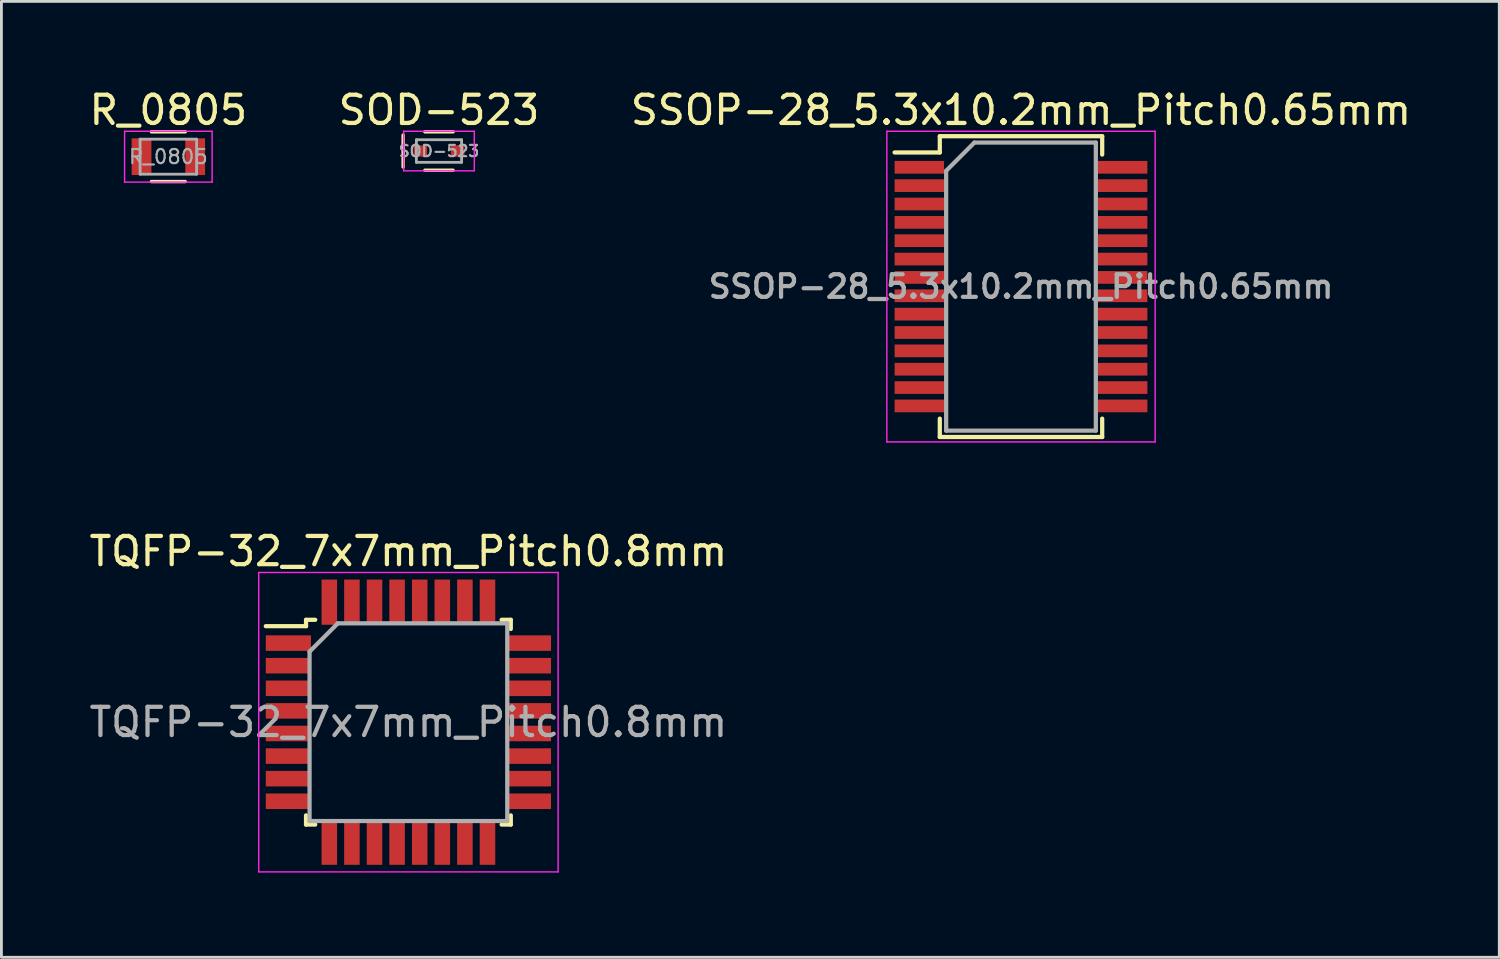
<source format=kicad_pcb>
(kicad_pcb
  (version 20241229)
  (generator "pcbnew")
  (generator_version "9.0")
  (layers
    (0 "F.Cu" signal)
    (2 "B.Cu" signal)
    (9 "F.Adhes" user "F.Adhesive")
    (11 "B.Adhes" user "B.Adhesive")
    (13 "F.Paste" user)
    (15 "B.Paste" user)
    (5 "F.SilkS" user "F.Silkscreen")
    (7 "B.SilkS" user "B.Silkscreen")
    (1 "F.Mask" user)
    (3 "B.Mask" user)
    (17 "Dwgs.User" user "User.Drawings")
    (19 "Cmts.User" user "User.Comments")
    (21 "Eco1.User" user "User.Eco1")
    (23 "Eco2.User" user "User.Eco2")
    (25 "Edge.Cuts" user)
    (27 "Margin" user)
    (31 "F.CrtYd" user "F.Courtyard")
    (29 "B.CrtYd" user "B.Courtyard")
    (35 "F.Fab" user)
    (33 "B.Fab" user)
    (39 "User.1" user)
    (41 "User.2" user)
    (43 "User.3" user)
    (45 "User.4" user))
  (footprint "R_0805"
    (layer "F.Cu")
    (at 2.911 2.498)
    (property "Reference" "R_0805" (at 0 -1.65 0) (layer "F.SilkS") (effects (font (size 1 1) (thickness 0.15))))
    (attr smd)
    (fp_line (start -0.6 -0.88) (end 0.6 -0.88) (stroke (width 0.12) (type solid)) (layer "F.SilkS"))
    (fp_line (start 0.6 0.88) (end -0.6 0.88) (stroke (width 0.12) (type solid)) (layer "F.SilkS"))
    (fp_line (start -1.55 -0.9) (end -1.55 0.9) (stroke (width 0.05) (type solid)) (layer "F.CrtYd"))
    (fp_line (start -1.55 -0.9) (end 1.55 -0.9) (stroke (width 0.05) (type solid)) (layer "F.CrtYd"))
    (fp_line (start 1.55 0.9) (end -1.55 0.9) (stroke (width 0.05) (type solid)) (layer "F.CrtYd"))
    (fp_line (start 1.55 0.9) (end 1.55 -0.9) (stroke (width 0.05) (type solid)) (layer "F.CrtYd"))
    (fp_line (start -1 -0.62) (end 1 -0.62) (stroke (width 0.1) (type solid)) (layer "F.Fab"))
    (fp_line (start -1 0.62) (end -1 -0.62) (stroke (width 0.1) (type solid)) (layer "F.Fab"))
    (fp_line (start 1 -0.62) (end 1 0.62) (stroke (width 0.1) (type solid)) (layer "F.Fab"))
    (fp_line (start 1 0.62) (end -1 0.62) (stroke (width 0.1) (type solid)) (layer "F.Fab"))
    (fp_text user "${REFERENCE}" (at 0 0 0) (layer "F.Fab") (effects (font (size 0.5 0.5) (thickness 0.075))))
    (pad "1" smd rect (at -0.95 0) (size 0.7 1.3) (layers "F.Cu" "F.Mask" "F.Paste"))
    (pad "2" smd rect (at 0.95 0) (size 0.7 1.3) (layers "F.Cu" "F.Mask" "F.Paste")))
  (footprint "TQFP-32_7x7mm_Pitch0.8mm"
    (layer "F.Cu")
    (at 11.411 22.521)
    (property "Reference" "TQFP-32_7x7mm_Pitch0.8mm" (at 0 -6.05 0) (layer "F.SilkS") (effects (font (size 1 1) (thickness 0.15))))
    (attr smd)
    (fp_line (start -3.625 -3.625) (end -3.625 -3.4) (stroke (width 0.15) (type solid)) (layer "F.SilkS"))
    (fp_line (start -3.625 -3.625) (end -3.3 -3.625) (stroke (width 0.15) (type solid)) (layer "F.SilkS"))
    (fp_line (start -3.625 -3.4) (end -5.05 -3.4) (stroke (width 0.15) (type solid)) (layer "F.SilkS"))
    (fp_line (start -3.625 3.625) (end -3.625 3.3) (stroke (width 0.15) (type solid)) (layer "F.SilkS"))
    (fp_line (start -3.625 3.625) (end -3.3 3.625) (stroke (width 0.15) (type solid)) (layer "F.SilkS"))
    (fp_line (start 3.625 -3.625) (end 3.3 -3.625) (stroke (width 0.15) (type solid)) (layer "F.SilkS"))
    (fp_line (start 3.625 -3.625) (end 3.625 -3.3) (stroke (width 0.15) (type solid)) (layer "F.SilkS"))
    (fp_line (start 3.625 3.625) (end 3.3 3.625) (stroke (width 0.15) (type solid)) (layer "F.SilkS"))
    (fp_line (start 3.625 3.625) (end 3.625 3.3) (stroke (width 0.15) (type solid)) (layer "F.SilkS"))
    (fp_line (start -5.3 -5.3) (end -5.3 5.3) (stroke (width 0.05) (type solid)) (layer "F.CrtYd"))
    (fp_line (start -5.3 -5.3) (end 5.3 -5.3) (stroke (width 0.05) (type solid)) (layer "F.CrtYd"))
    (fp_line (start -5.3 5.3) (end 5.3 5.3) (stroke (width 0.05) (type solid)) (layer "F.CrtYd"))
    (fp_line (start 5.3 -5.3) (end 5.3 5.3) (stroke (width 0.05) (type solid)) (layer "F.CrtYd"))
    (fp_line (start -3.5 -2.5) (end -2.5 -3.5) (stroke (width 0.15) (type solid)) (layer "F.Fab"))
    (fp_line (start -3.5 3.5) (end -3.5 -2.5) (stroke (width 0.15) (type solid)) (layer "F.Fab"))
    (fp_line (start -2.5 -3.5) (end 3.5 -3.5) (stroke (width 0.15) (type solid)) (layer "F.Fab"))
    (fp_line (start 3.5 -3.5) (end 3.5 3.5) (stroke (width 0.15) (type solid)) (layer "F.Fab"))
    (fp_line (start 3.5 3.5) (end -3.5 3.5) (stroke (width 0.15) (type solid)) (layer "F.Fab"))
    (fp_text user "${REFERENCE}" (at 0 0 0) (layer "F.Fab") (effects (font (size 1 1) (thickness 0.15))))
    (pad "1" smd rect (at -4.25 -2.8) (size 1.6 0.55) (layers "F.Cu" "F.Mask" "F.Paste"))
    (pad "2" smd rect (at -4.25 -2) (size 1.6 0.55) (layers "F.Cu" "F.Mask" "F.Paste"))
    (pad "3" smd rect (at -4.25 -1.2) (size 1.6 0.55) (layers "F.Cu" "F.Mask" "F.Paste"))
    (pad "4" smd rect (at -4.25 -0.4) (size 1.6 0.55) (layers "F.Cu" "F.Mask" "F.Paste"))
    (pad "5" smd rect (at -4.25 0.4) (size 1.6 0.55) (layers "F.Cu" "F.Mask" "F.Paste"))
    (pad "6" smd rect (at -4.25 1.2) (size 1.6 0.55) (layers "F.Cu" "F.Mask" "F.Paste"))
    (pad "7" smd rect (at -4.25 2) (size 1.6 0.55) (layers "F.Cu" "F.Mask" "F.Paste"))
    (pad "8" smd rect (at -4.25 2.8) (size 1.6 0.55) (layers "F.Cu" "F.Mask" "F.Paste"))
    (pad "9" smd rect (at -2.8 4.25 90) (size 1.6 0.55) (layers "F.Cu" "F.Mask" "F.Paste"))
    (pad "10" smd rect (at -2 4.25 90) (size 1.6 0.55) (layers "F.Cu" "F.Mask" "F.Paste"))
    (pad "11" smd rect (at -1.2 4.25 90) (size 1.6 0.55) (layers "F.Cu" "F.Mask" "F.Paste"))
    (pad "12" smd rect (at -0.4 4.25 90) (size 1.6 0.55) (layers "F.Cu" "F.Mask" "F.Paste"))
    (pad "13" smd rect (at 0.4 4.25 90) (size 1.6 0.55) (layers "F.Cu" "F.Mask" "F.Paste"))
    (pad "14" smd rect (at 1.2 4.25 90) (size 1.6 0.55) (layers "F.Cu" "F.Mask" "F.Paste"))
    (pad "15" smd rect (at 2 4.25 90) (size 1.6 0.55) (layers "F.Cu" "F.Mask" "F.Paste"))
    (pad "16" smd rect (at 2.8 4.25 90) (size 1.6 0.55) (layers "F.Cu" "F.Mask" "F.Paste"))
    (pad "17" smd rect (at 4.25 2.8) (size 1.6 0.55) (layers "F.Cu" "F.Mask" "F.Paste"))
    (pad "18" smd rect (at 4.25 2) (size 1.6 0.55) (layers "F.Cu" "F.Mask" "F.Paste"))
    (pad "19" smd rect (at 4.25 1.2) (size 1.6 0.55) (layers "F.Cu" "F.Mask" "F.Paste"))
    (pad "20" smd rect (at 4.25 0.4) (size 1.6 0.55) (layers "F.Cu" "F.Mask" "F.Paste"))
    (pad "21" smd rect (at 4.25 -0.4) (size 1.6 0.55) (layers "F.Cu" "F.Mask" "F.Paste"))
    (pad "22" smd rect (at 4.25 -1.2) (size 1.6 0.55) (layers "F.Cu" "F.Mask" "F.Paste"))
    (pad "23" smd rect (at 4.25 -2) (size 1.6 0.55) (layers "F.Cu" "F.Mask" "F.Paste"))
    (pad "24" smd rect (at 4.25 -2.8) (size 1.6 0.55) (layers "F.Cu" "F.Mask" "F.Paste"))
    (pad "25" smd rect (at 2.8 -4.25 90) (size 1.6 0.55) (layers "F.Cu" "F.Mask" "F.Paste"))
    (pad "26" smd rect (at 2 -4.25 90) (size 1.6 0.55) (layers "F.Cu" "F.Mask" "F.Paste"))
    (pad "27" smd rect (at 1.2 -4.25 90) (size 1.6 0.55) (layers "F.Cu" "F.Mask" "F.Paste"))
    (pad "28" smd rect (at 0.4 -4.25 90) (size 1.6 0.55) (layers "F.Cu" "F.Mask" "F.Paste"))
    (pad "29" smd rect (at -0.4 -4.25 90) (size 1.6 0.55) (layers "F.Cu" "F.Mask" "F.Paste"))
    (pad "30" smd rect (at -1.2 -4.25 90) (size 1.6 0.55) (layers "F.Cu" "F.Mask" "F.Paste"))
    (pad "31" smd rect (at -2 -4.25 90) (size 1.6 0.55) (layers "F.Cu" "F.Mask" "F.Paste"))
    (pad "32" smd rect (at -2.8 -4.25 90) (size 1.6 0.55) (layers "F.Cu" "F.Mask" "F.Paste")))
  (footprint "SSOP-28_5.3x10.2mm_Pitch0.65mm"
    (layer "F.Cu")
    (at 33.101 7.098)
    (property "Reference" "SSOP-28_5.3x10.2mm_Pitch0.65mm" (at 0 -6.25 0) (layer "F.SilkS") (effects (font (size 1 1) (thickness 0.15))))
    (attr smd)
    (fp_line (start -2.875 -5.325) (end -2.875 -4.75) (stroke (width 0.15) (type solid)) (layer "F.SilkS"))
    (fp_line (start -2.875 -5.325) (end 2.875 -5.325) (stroke (width 0.15) (type solid)) (layer "F.SilkS"))
    (fp_line (start -2.875 -4.75) (end -4.475 -4.75) (stroke (width 0.15) (type solid)) (layer "F.SilkS"))
    (fp_line (start -2.875 5.325) (end -2.875 4.675) (stroke (width 0.15) (type solid)) (layer "F.SilkS"))
    (fp_line (start -2.875 5.325) (end 2.875 5.325) (stroke (width 0.15) (type solid)) (layer "F.SilkS"))
    (fp_line (start 2.875 -5.325) (end 2.875 -4.675) (stroke (width 0.15) (type solid)) (layer "F.SilkS"))
    (fp_line (start 2.875 5.325) (end 2.875 4.675) (stroke (width 0.15) (type solid)) (layer "F.SilkS"))
    (fp_line (start -4.75 -5.5) (end -4.75 5.5) (stroke (width 0.05) (type solid)) (layer "F.CrtYd"))
    (fp_line (start -4.75 -5.5) (end 4.75 -5.5) (stroke (width 0.05) (type solid)) (layer "F.CrtYd"))
    (fp_line (start -4.75 5.5) (end 4.75 5.5) (stroke (width 0.05) (type solid)) (layer "F.CrtYd"))
    (fp_line (start 4.75 -5.5) (end 4.75 5.5) (stroke (width 0.05) (type solid)) (layer "F.CrtYd"))
    (fp_line (start -2.65 -4.1) (end -1.65 -5.1) (stroke (width 0.15) (type solid)) (layer "F.Fab"))
    (fp_line (start -2.65 5.1) (end -2.65 -4.1) (stroke (width 0.15) (type solid)) (layer "F.Fab"))
    (fp_line (start -1.65 -5.1) (end 2.65 -5.1) (stroke (width 0.15) (type solid)) (layer "F.Fab"))
    (fp_line (start 2.65 -5.1) (end 2.65 5.1) (stroke (width 0.15) (type solid)) (layer "F.Fab"))
    (fp_line (start 2.65 5.1) (end -2.65 5.1) (stroke (width 0.15) (type solid)) (layer "F.Fab"))
    (fp_text user "${REFERENCE}" (at 0 0 0) (layer "F.Fab") (effects (font (size 0.8 0.8) (thickness 0.15))))
    (pad "1" smd rect (at -3.6 -4.225) (size 1.75 0.45) (layers "F.Cu" "F.Mask" "F.Paste"))
    (pad "2" smd rect (at -3.6 -3.575) (size 1.75 0.45) (layers "F.Cu" "F.Mask" "F.Paste"))
    (pad "3" smd rect (at -3.6 -2.925) (size 1.75 0.45) (layers "F.Cu" "F.Mask" "F.Paste"))
    (pad "4" smd rect (at -3.6 -2.275) (size 1.75 0.45) (layers "F.Cu" "F.Mask" "F.Paste"))
    (pad "5" smd rect (at -3.6 -1.625) (size 1.75 0.45) (layers "F.Cu" "F.Mask" "F.Paste"))
    (pad "6" smd rect (at -3.6 -0.975) (size 1.75 0.45) (layers "F.Cu" "F.Mask" "F.Paste"))
    (pad "7" smd rect (at -3.6 -0.325) (size 1.75 0.45) (layers "F.Cu" "F.Mask" "F.Paste"))
    (pad "8" smd rect (at -3.6 0.325) (size 1.75 0.45) (layers "F.Cu" "F.Mask" "F.Paste"))
    (pad "9" smd rect (at -3.6 0.975) (size 1.75 0.45) (layers "F.Cu" "F.Mask" "F.Paste"))
    (pad "10" smd rect (at -3.6 1.625) (size 1.75 0.45) (layers "F.Cu" "F.Mask" "F.Paste"))
    (pad "11" smd rect (at -3.6 2.275) (size 1.75 0.45) (layers "F.Cu" "F.Mask" "F.Paste"))
    (pad "12" smd rect (at -3.6 2.925) (size 1.75 0.45) (layers "F.Cu" "F.Mask" "F.Paste"))
    (pad "13" smd rect (at -3.6 3.575) (size 1.75 0.45) (layers "F.Cu" "F.Mask" "F.Paste"))
    (pad "14" smd rect (at -3.6 4.225) (size 1.75 0.45) (layers "F.Cu" "F.Mask" "F.Paste"))
    (pad "15" smd rect (at 3.6 4.225) (size 1.75 0.45) (layers "F.Cu" "F.Mask" "F.Paste"))
    (pad "16" smd rect (at 3.6 3.575) (size 1.75 0.45) (layers "F.Cu" "F.Mask" "F.Paste"))
    (pad "17" smd rect (at 3.6 2.925) (size 1.75 0.45) (layers "F.Cu" "F.Mask" "F.Paste"))
    (pad "18" smd rect (at 3.6 2.275) (size 1.75 0.45) (layers "F.Cu" "F.Mask" "F.Paste"))
    (pad "19" smd rect (at 3.6 1.625) (size 1.75 0.45) (layers "F.Cu" "F.Mask" "F.Paste"))
    (pad "20" smd rect (at 3.6 0.975) (size 1.75 0.45) (layers "F.Cu" "F.Mask" "F.Paste"))
    (pad "21" smd rect (at 3.6 0.325) (size 1.75 0.45) (layers "F.Cu" "F.Mask" "F.Paste"))
    (pad "22" smd rect (at 3.6 -0.325) (size 1.75 0.45) (layers "F.Cu" "F.Mask" "F.Paste"))
    (pad "23" smd rect (at 3.6 -0.975) (size 1.75 0.45) (layers "F.Cu" "F.Mask" "F.Paste"))
    (pad "24" smd rect (at 3.6 -1.625) (size 1.75 0.45) (layers "F.Cu" "F.Mask" "F.Paste"))
    (pad "25" smd rect (at 3.6 -2.275) (size 1.75 0.45) (layers "F.Cu" "F.Mask" "F.Paste"))
    (pad "26" smd rect (at 3.6 -2.925) (size 1.75 0.45) (layers "F.Cu" "F.Mask" "F.Paste"))
    (pad "27" smd rect (at 3.6 -3.575) (size 1.75 0.45) (layers "F.Cu" "F.Mask" "F.Paste"))
    (pad "28" smd rect (at 3.6 -4.225) (size 1.75 0.45) (layers "F.Cu" "F.Mask" "F.Paste")))
  (footprint "SOD-523"
    (layer "F.Cu")
    (at 12.494 2.298)
    (property "Reference" "SOD-523" (at 0 -1.45 0) (layer "F.SilkS") (effects (font (size 1 1) (thickness 0.15))))
    (attr smd)
    (fp_line (start -1.27 0.564) (end -1.27 -0.564) (stroke (width 0.12) (type solid)) (layer "F.SilkS"))
    (fp_line (start -0.5 -0.68) (end 0.5 -0.68) (stroke (width 0.12) (type solid)) (layer "F.SilkS"))
    (fp_line (start 0.5 0.68) (end -0.5 0.68) (stroke (width 0.12) (type solid)) (layer "F.SilkS"))
    (fp_line (start -1.25 -0.7) (end -1.25 0.7) (stroke (width 0.05) (type solid)) (layer "F.CrtYd"))
    (fp_line (start -1.25 -0.7) (end 1.25 -0.7) (stroke (width 0.05) (type solid)) (layer "F.CrtYd"))
    (fp_line (start 1.25 0.7) (end -1.25 0.7) (stroke (width 0.05) (type solid)) (layer "F.CrtYd"))
    (fp_line (start 1.25 0.7) (end 1.25 -0.7) (stroke (width 0.05) (type solid)) (layer "F.CrtYd"))
    (fp_line (start -0.8 -0.4) (end 0.8 -0.4) (stroke (width 0.1) (type solid)) (layer "F.Fab"))
    (fp_line (start -0.8 0.4) (end -0.8 -0.4) (stroke (width 0.1) (type solid)) (layer "F.Fab"))
    (fp_line (start 0.8 -0.4) (end 0.8 0.4) (stroke (width 0.1) (type solid)) (layer "F.Fab"))
    (fp_line (start 0.8 0.4) (end -0.8 0.4) (stroke (width 0.1) (type solid)) (layer "F.Fab"))
    (fp_text user "${REFERENCE}" (at 0 0 0) (layer "F.Fab") (effects (font (size 0.4 0.4) (thickness 0.075))))
    (pad "1" smd rect (at -0.66 0) (size 0.48 0.4) (layers "F.Cu" "F.Mask" "F.Paste"))
    (pad "2" smd rect (at 0.66 0) (size 0.48 0.4) (layers "F.Cu" "F.Mask" "F.Paste")))
  (gr_rect
    (start -3 -3)
    (end 50.036 30.846)
    (stroke (width 0.1) (type default))
    (fill no)
    (layer "Edge.Cuts")))
</source>
